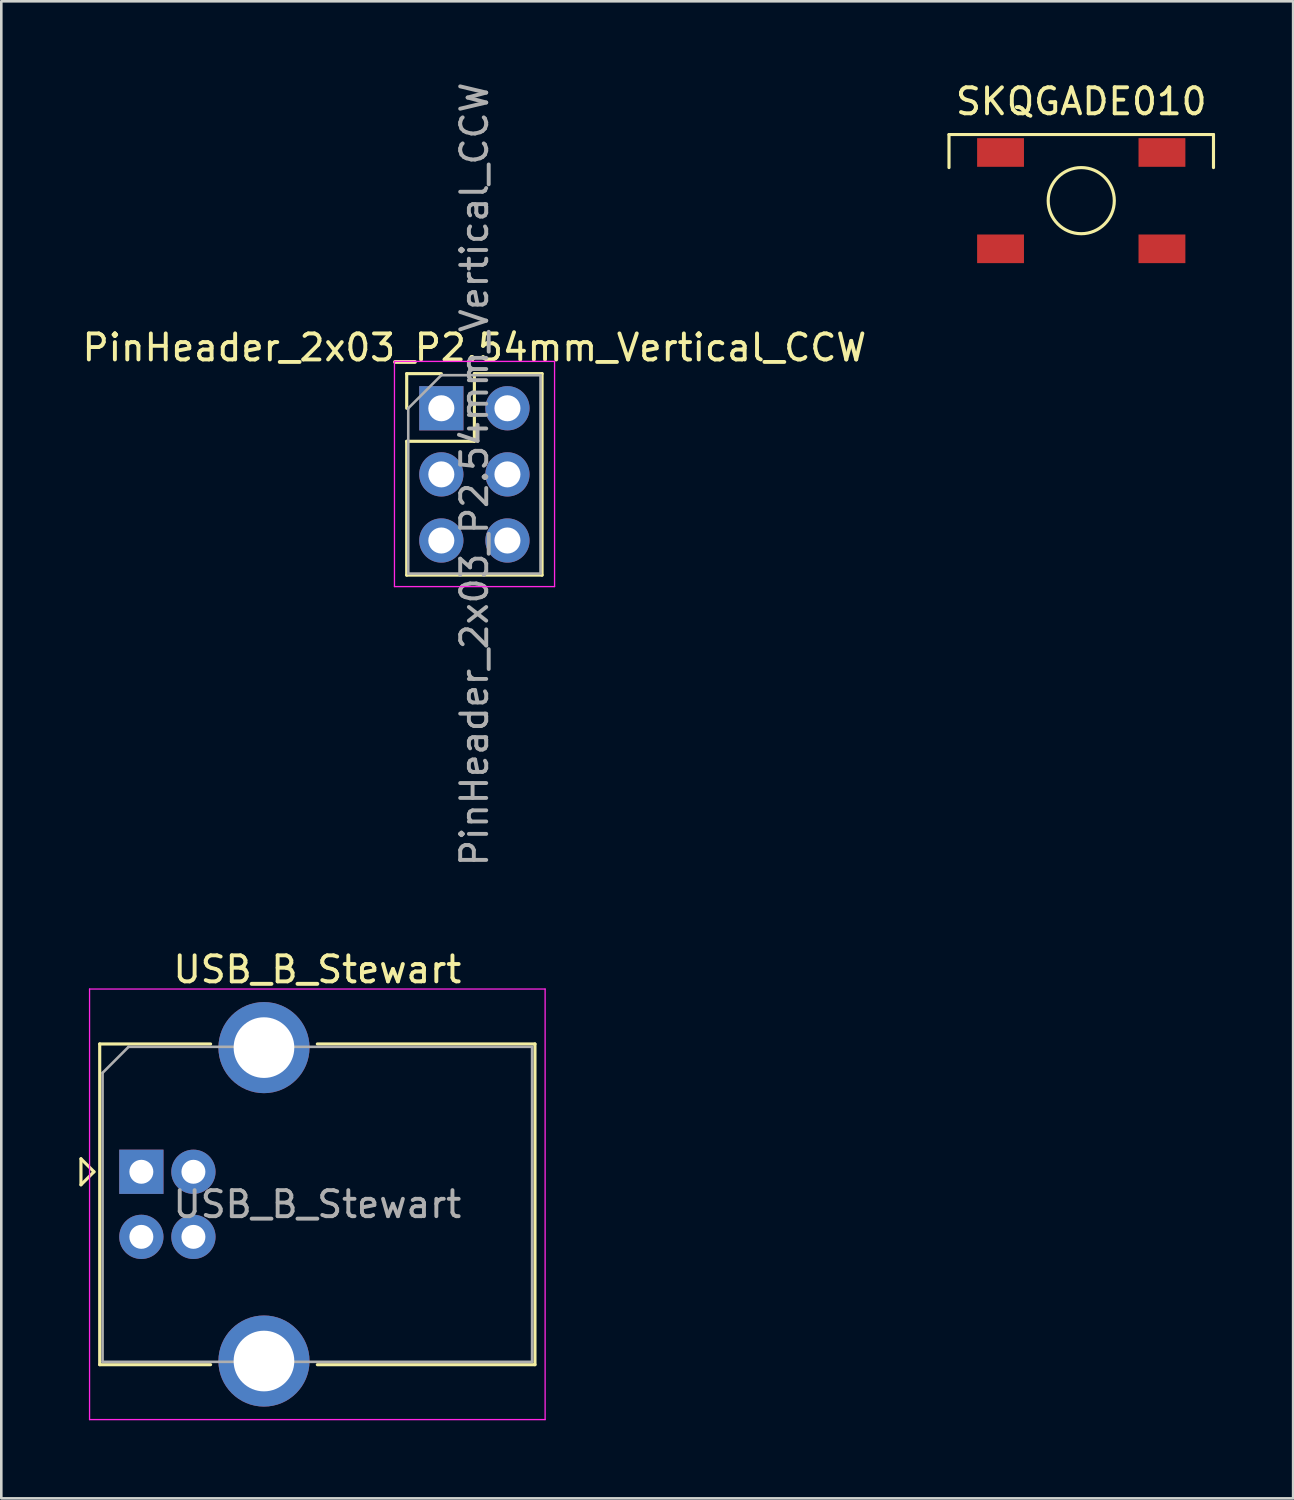
<source format=kicad_pcb>
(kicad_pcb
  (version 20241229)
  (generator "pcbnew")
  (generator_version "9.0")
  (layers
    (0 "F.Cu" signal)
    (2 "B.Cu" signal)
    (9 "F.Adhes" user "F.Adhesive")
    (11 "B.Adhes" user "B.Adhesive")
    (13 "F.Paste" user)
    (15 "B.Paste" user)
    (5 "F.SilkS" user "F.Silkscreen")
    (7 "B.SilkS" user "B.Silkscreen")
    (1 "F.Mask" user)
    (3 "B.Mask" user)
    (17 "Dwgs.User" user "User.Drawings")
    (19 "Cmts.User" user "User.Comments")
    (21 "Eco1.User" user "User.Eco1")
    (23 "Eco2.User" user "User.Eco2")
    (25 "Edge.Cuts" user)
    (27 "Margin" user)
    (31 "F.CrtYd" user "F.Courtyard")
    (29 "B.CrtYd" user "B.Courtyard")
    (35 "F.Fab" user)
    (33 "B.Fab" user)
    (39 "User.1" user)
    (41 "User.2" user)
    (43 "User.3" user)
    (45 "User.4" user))
  (footprint "USB_B_Stewart"
    (layer "F.Cu")
    (at 2.38 41.963)
    (property "Reference" "USB_B_Stewart" (at 6.76 -7.77 0) (layer "F.SilkS") (effects (font (size 1 1) (thickness 0.15))))
    (attr through_hole)
    (fp_line (start -2.32 -0.5) (end -2.32 0.5) (stroke (width 0.12) (type solid)) (layer "F.SilkS"))
    (fp_line (start -2.32 0.5) (end -1.82 0) (stroke (width 0.12) (type solid)) (layer "F.SilkS"))
    (fp_line (start -1.82 0) (end -2.32 -0.5) (stroke (width 0.12) (type solid)) (layer "F.SilkS"))
    (fp_line (start -1.6 -4.91) (end -1.6 7.41) (stroke (width 0.12) (type solid)) (layer "F.SilkS"))
    (fp_line (start -1.6 7.41) (end 2.66 7.41) (stroke (width 0.12) (type solid)) (layer "F.SilkS"))
    (fp_line (start 2.66 -4.91) (end -1.6 -4.91) (stroke (width 0.12) (type solid)) (layer "F.SilkS"))
    (fp_line (start 6.76 -4.91) (end 15.12 -4.91) (stroke (width 0.12) (type solid)) (layer "F.SilkS"))
    (fp_line (start 15.12 -4.91) (end 15.12 7.41) (stroke (width 0.12) (type solid)) (layer "F.SilkS"))
    (fp_line (start 15.12 7.41) (end 6.76 7.41) (stroke (width 0.12) (type solid)) (layer "F.SilkS"))
    (fp_line (start -1.99 -7.02) (end -1.99 9.52) (stroke (width 0.05) (type solid)) (layer "F.CrtYd"))
    (fp_line (start -1.99 9.52) (end 15.51 9.52) (stroke (width 0.05) (type solid)) (layer "F.CrtYd"))
    (fp_line (start 15.51 -7.02) (end -1.99 -7.02) (stroke (width 0.05) (type solid)) (layer "F.CrtYd"))
    (fp_line (start 15.51 9.52) (end 15.51 -7.02) (stroke (width 0.05) (type solid)) (layer "F.CrtYd"))
    (fp_line (start -1.49 -3.8) (end -0.49 -4.8) (stroke (width 0.1) (type solid)) (layer "F.Fab"))
    (fp_line (start -1.49 7.3) (end -1.49 -3.8) (stroke (width 0.1) (type solid)) (layer "F.Fab"))
    (fp_line (start -0.49 -4.8) (end 15.01 -4.8) (stroke (width 0.1) (type solid)) (layer "F.Fab"))
    (fp_line (start 15.01 -4.8) (end 15.01 7.3) (stroke (width 0.1) (type solid)) (layer "F.Fab"))
    (fp_line (start 15.01 7.3) (end -1.49 7.3) (stroke (width 0.1) (type solid)) (layer "F.Fab"))
    (fp_text user "${REFERENCE}" (at 6.76 1.25 0) (layer "F.Fab") (effects (font (size 1 1) (thickness 0.15))))
    (pad "1" thru_hole rect (at 0 0) (size 1.7 1.7) (drill 0.92) (layers "*.Cu" "*.Mask"))
    (pad "2" thru_hole circle (at 0 2.5) (size 1.7 1.7) (drill 0.92) (layers "*.Cu" "*.Mask"))
    (pad "3" thru_hole circle (at 2 2.5) (size 1.7 1.7) (drill 0.92) (layers "*.Cu" "*.Mask"))
    (pad "4" thru_hole circle (at 2 0) (size 1.7 1.7) (drill 0.92) (layers "*.Cu" "*.Mask"))
    (pad "5" thru_hole circle (at 4.71 -4.77) (size 3.5 3.5) (drill 2.33) (layers "*.Cu" "*.Mask"))
    (pad "5" thru_hole circle (at 4.71 7.27) (size 3.5 3.5) (drill 2.33) (layers "*.Cu" "*.Mask")))
  (footprint "SKQGADE010"
    (layer "F.Cu")
    (at 38.485 4.658)
    (property "Reference" "SKQGADE010" (at 0 -3.81 0) (layer "F.SilkS") (effects (font (size 1 1) (thickness 0.15))))
    (attr through_hole)
    (fp_line (start -5.08 -2.54) (end 5.08 -2.54) (stroke (width 0.12) (type solid)) (layer "F.SilkS"))
    (fp_line (start -5.08 -1.27) (end -5.08 -2.54) (stroke (width 0.12) (type solid)) (layer "F.SilkS"))
    (fp_line (start 5.08 -2.54) (end 5.08 -1.27) (stroke (width 0.12) (type solid)) (layer "F.SilkS"))
    (fp_circle (center 0 0) (end 1.27 0) (stroke (width 0.12) (type solid)) (fill no) (layer "F.SilkS"))
    (pad "1" smd rect (at -3.1 -1.85) (size 1.8 1.1) (layers "F.Cu" "F.Mask" "F.Paste"))
    (pad "1" smd rect (at 3.1 -1.85) (size 1.8 1.1) (layers "F.Cu" "F.Mask" "F.Paste"))
    (pad "2" smd rect (at -3.1 1.85) (size 1.8 1.1) (layers "F.Cu" "F.Mask" "F.Paste"))
    (pad "2" smd rect (at 3.1 1.85) (size 1.8 1.1) (layers "F.Cu" "F.Mask" "F.Paste")))
  (footprint "PinHeader_2x03_P2.54mm_Vertical_CCW"
    (layer "F.Cu")
    (at 13.903 12.633)
    (property "Reference" "PinHeader_2x03_P2.54mm_Vertical_CCW" (at 1.27 -2.33 0) (layer "F.SilkS") (effects (font (size 1 1) (thickness 0.15))))
    (attr through_hole)
    (fp_line (start -1.33 -1.33) (end 0 -1.33) (stroke (width 0.12) (type solid)) (layer "F.SilkS"))
    (fp_line (start -1.33 0) (end -1.33 -1.33) (stroke (width 0.12) (type solid)) (layer "F.SilkS"))
    (fp_line (start -1.33 1.27) (end -1.33 6.41) (stroke (width 0.12) (type solid)) (layer "F.SilkS"))
    (fp_line (start -1.33 1.27) (end 1.27 1.27) (stroke (width 0.12) (type solid)) (layer "F.SilkS"))
    (fp_line (start -1.33 6.41) (end 3.87 6.41) (stroke (width 0.12) (type solid)) (layer "F.SilkS"))
    (fp_line (start 1.27 -1.33) (end 3.87 -1.33) (stroke (width 0.12) (type solid)) (layer "F.SilkS"))
    (fp_line (start 1.27 1.27) (end 1.27 -1.33) (stroke (width 0.12) (type solid)) (layer "F.SilkS"))
    (fp_line (start 3.87 -1.33) (end 3.87 6.41) (stroke (width 0.12) (type solid)) (layer "F.SilkS"))
    (fp_line (start -1.8 -1.8) (end -1.8 6.85) (stroke (width 0.05) (type solid)) (layer "F.CrtYd"))
    (fp_line (start -1.8 6.85) (end 4.35 6.85) (stroke (width 0.05) (type solid)) (layer "F.CrtYd"))
    (fp_line (start 4.35 -1.8) (end -1.8 -1.8) (stroke (width 0.05) (type solid)) (layer "F.CrtYd"))
    (fp_line (start 4.35 6.85) (end 4.35 -1.8) (stroke (width 0.05) (type solid)) (layer "F.CrtYd"))
    (fp_line (start -1.27 0) (end 0 -1.27) (stroke (width 0.1) (type solid)) (layer "F.Fab"))
    (fp_line (start -1.27 6.35) (end -1.27 0) (stroke (width 0.1) (type solid)) (layer "F.Fab"))
    (fp_line (start 0 -1.27) (end 3.81 -1.27) (stroke (width 0.1) (type solid)) (layer "F.Fab"))
    (fp_line (start 3.81 -1.27) (end 3.81 6.35) (stroke (width 0.1) (type solid)) (layer "F.Fab"))
    (fp_line (start 3.81 6.35) (end -1.27 6.35) (stroke (width 0.1) (type solid)) (layer "F.Fab"))
    (fp_text user "${REFERENCE}" (at 1.27 2.54 90) (layer "F.Fab") (effects (font (size 1 1) (thickness 0.15))))
    (pad "1" thru_hole rect (at 0 0) (size 1.7 1.7) (drill 1) (layers "*.Cu" "*.Mask"))
    (pad "2" thru_hole oval (at 0 2.54) (size 1.7 1.7) (drill 1) (layers "*.Cu" "*.Mask"))
    (pad "3" thru_hole oval (at 0 5.08) (size 1.7 1.7) (drill 1) (layers "*.Cu" "*.Mask"))
    (pad "4" thru_hole oval (at 2.54 5.08) (size 1.7 1.7) (drill 1) (layers "*.Cu" "*.Mask"))
    (pad "5" thru_hole oval (at 2.54 2.54) (size 1.7 1.7) (drill 1) (layers "*.Cu" "*.Mask"))
    (pad "6" thru_hole oval (at 2.54 0) (size 1.7 1.7) (drill 1) (layers "*.Cu" "*.Mask")))
  (gr_rect
    (start -3 -3)
    (end 46.625 54.508)
    (stroke (width 0.1) (type default))
    (fill no)
    (layer "Edge.Cuts")))
</source>
